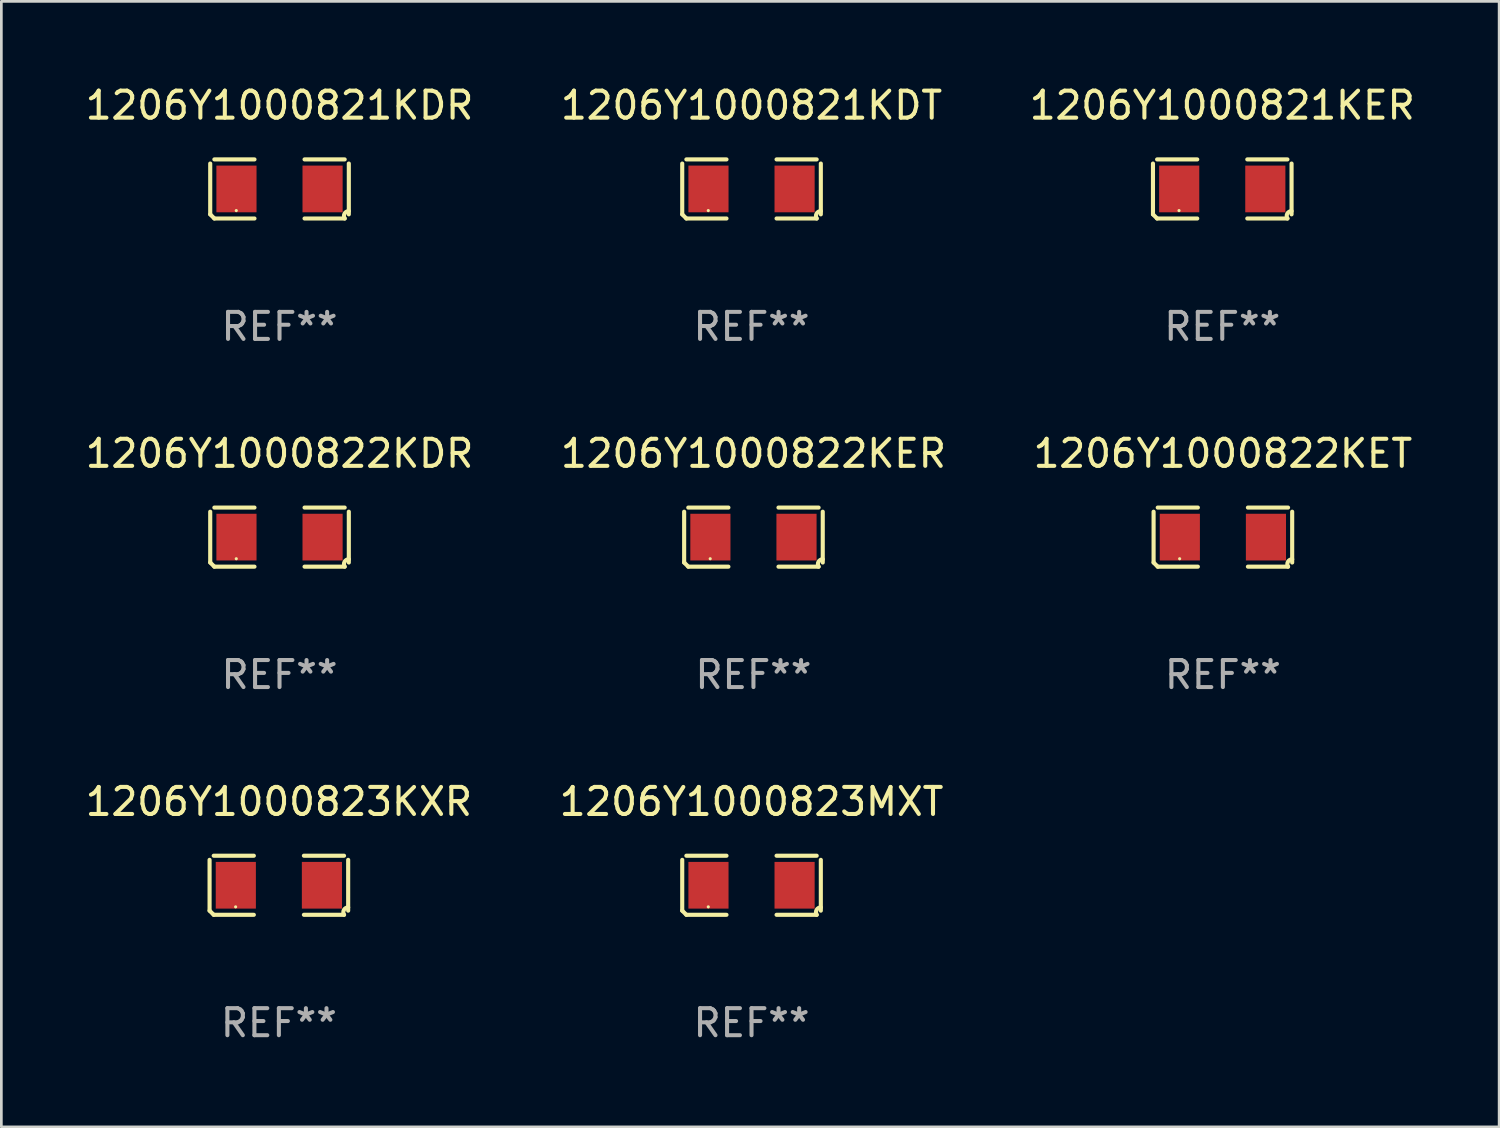
<source format=kicad_pcb>
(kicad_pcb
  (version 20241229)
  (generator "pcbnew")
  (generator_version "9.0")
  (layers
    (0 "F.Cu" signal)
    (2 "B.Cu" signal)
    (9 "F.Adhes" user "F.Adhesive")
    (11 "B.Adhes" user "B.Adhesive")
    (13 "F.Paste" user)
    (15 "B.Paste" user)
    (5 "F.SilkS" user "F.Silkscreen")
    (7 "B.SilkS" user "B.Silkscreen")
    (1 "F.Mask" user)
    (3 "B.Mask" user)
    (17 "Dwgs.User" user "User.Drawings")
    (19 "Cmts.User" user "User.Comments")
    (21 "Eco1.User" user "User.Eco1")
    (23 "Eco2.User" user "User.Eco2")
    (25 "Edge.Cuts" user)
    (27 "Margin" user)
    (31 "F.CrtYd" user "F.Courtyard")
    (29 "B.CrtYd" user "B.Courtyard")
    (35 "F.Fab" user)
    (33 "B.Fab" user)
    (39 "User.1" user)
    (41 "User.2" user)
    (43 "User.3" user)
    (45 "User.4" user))
  (footprint "1206Y1000822KER"
    (layer "F.Cu")
    (at 24.827 16.823)
    (property "Reference" "1206Y1000822KER" (at 0 -3.093 0) (layer "F.SilkS") (effects (font (size 1 1) (thickness 0.15))))
    (attr through_hole)
    (fp_line (start -2.564 0.94) (end -2.564 -0.94) (stroke (width 0.152) (type solid)) (layer "F.SilkS"))
    (fp_line (start -2.411 -1.093) (end -0.926 -1.093) (stroke (width 0.152) (type solid)) (layer "F.SilkS"))
    (fp_line (start -0.926 1.093) (end -2.411 1.093) (stroke (width 0.152) (type solid)) (layer "F.SilkS"))
    (fp_line (start 0.926 1.093) (end 2.411 1.093) (stroke (width 0.152) (type solid)) (layer "F.SilkS"))
    (fp_line (start 2.411 -1.093) (end 0.926 -1.093) (stroke (width 0.152) (type solid)) (layer "F.SilkS"))
    (fp_line (start 2.564 0.94) (end 2.564 -0.94) (stroke (width 0.152) (type solid)) (layer "F.SilkS"))
    (fp_arc (start -2.411201 1.092609) (mid -2.487413 1.01642) (end -2.563602 0.940208) (stroke (width 0.1524) (type solid)) (layer "F.SilkS"))
    (fp_arc (start 2.411201 1.092609) (mid 2.407159 0.911226) (end 2.563602 0.819347) (stroke (width 0.1524) (type solid)) (layer "F.SilkS"))
    (fp_circle (center -1.6 0.8) (end -1.57 0.8) (stroke (width 0.06) (type solid)) (fill no) (layer "F.SilkS"))
    (fp_text user "REF**" (at 0 5.093 0) (layer "F.Fab") (effects (font (size 1 1) (thickness 0.15))))
    (pad "1" smd rect (at -1.593 0) (size 1.485 1.728) (layers "F.Cu" "F.Mask" "F.Paste"))
    (pad "2" smd rect (at 1.593 0) (size 1.485 1.728) (layers "F.Cu" "F.Mask" "F.Paste")))
  (footprint "1206Y1000822KDR"
    (layer "F.Cu")
    (at 7.292 16.823)
    (property "Reference" "1206Y1000822KDR" (at 0 -3.093 0) (layer "F.SilkS") (effects (font (size 1 1) (thickness 0.15))))
    (attr through_hole)
    (fp_line (start -2.564 0.94) (end -2.564 -0.94) (stroke (width 0.152) (type solid)) (layer "F.SilkS"))
    (fp_line (start -2.411 -1.093) (end -0.926 -1.093) (stroke (width 0.152) (type solid)) (layer "F.SilkS"))
    (fp_line (start -0.926 1.093) (end -2.411 1.093) (stroke (width 0.152) (type solid)) (layer "F.SilkS"))
    (fp_line (start 0.926 1.093) (end 2.411 1.093) (stroke (width 0.152) (type solid)) (layer "F.SilkS"))
    (fp_line (start 2.411 -1.093) (end 0.926 -1.093) (stroke (width 0.152) (type solid)) (layer "F.SilkS"))
    (fp_line (start 2.564 0.94) (end 2.564 -0.94) (stroke (width 0.152) (type solid)) (layer "F.SilkS"))
    (fp_arc (start -2.411201 1.092609) (mid -2.487413 1.01642) (end -2.563602 0.940208) (stroke (width 0.1524) (type solid)) (layer "F.SilkS"))
    (fp_arc (start 2.411201 1.092609) (mid 2.407159 0.911226) (end 2.563602 0.819347) (stroke (width 0.1524) (type solid)) (layer "F.SilkS"))
    (fp_circle (center -1.6 0.8) (end -1.57 0.8) (stroke (width 0.06) (type solid)) (fill no) (layer "F.SilkS"))
    (fp_text user "REF**" (at 0 5.093 0) (layer "F.Fab") (effects (font (size 1 1) (thickness 0.15))))
    (pad "1" smd rect (at -1.593 0) (size 1.485 1.728) (layers "F.Cu" "F.Mask" "F.Paste"))
    (pad "2" smd rect (at 1.593 0) (size 1.485 1.728) (layers "F.Cu" "F.Mask" "F.Paste")))
  (footprint "1206Y1000821KER"
    (layer "F.Cu")
    (at 42.173 3.941)
    (property "Reference" "1206Y1000821KER" (at 0 -3.093 0) (layer "F.SilkS") (effects (font (size 1 1) (thickness 0.15))))
    (attr through_hole)
    (fp_line (start -2.564 0.94) (end -2.564 -0.94) (stroke (width 0.152) (type solid)) (layer "F.SilkS"))
    (fp_line (start -2.411 -1.093) (end -0.926 -1.093) (stroke (width 0.152) (type solid)) (layer "F.SilkS"))
    (fp_line (start -0.926 1.093) (end -2.411 1.093) (stroke (width 0.152) (type solid)) (layer "F.SilkS"))
    (fp_line (start 0.926 1.093) (end 2.411 1.093) (stroke (width 0.152) (type solid)) (layer "F.SilkS"))
    (fp_line (start 2.411 -1.093) (end 0.926 -1.093) (stroke (width 0.152) (type solid)) (layer "F.SilkS"))
    (fp_line (start 2.564 0.94) (end 2.564 -0.94) (stroke (width 0.152) (type solid)) (layer "F.SilkS"))
    (fp_arc (start -2.411201 1.092609) (mid -2.487413 1.01642) (end -2.563602 0.940208) (stroke (width 0.1524) (type solid)) (layer "F.SilkS"))
    (fp_arc (start 2.411201 1.092609) (mid 2.407159 0.911226) (end 2.563602 0.819347) (stroke (width 0.1524) (type solid)) (layer "F.SilkS"))
    (fp_circle (center -1.6 0.8) (end -1.57 0.8) (stroke (width 0.06) (type solid)) (fill no) (layer "F.SilkS"))
    (fp_text user "REF**" (at 0 5.093 0) (layer "F.Fab") (effects (font (size 1 1) (thickness 0.15))))
    (pad "1" smd rect (at -1.593 0) (size 1.485 1.728) (layers "F.Cu" "F.Mask" "F.Paste"))
    (pad "2" smd rect (at 1.593 0) (size 1.485 1.728) (layers "F.Cu" "F.Mask" "F.Paste")))
  (footprint "1206Y1000823KXR"
    (layer "F.Cu")
    (at 7.268 29.704)
    (property "Reference" "1206Y1000823KXR" (at 0 -3.093 0) (layer "F.SilkS") (effects (font (size 1 1) (thickness 0.15))))
    (attr through_hole)
    (fp_line (start -2.564 0.94) (end -2.564 -0.94) (stroke (width 0.152) (type solid)) (layer "F.SilkS"))
    (fp_line (start -2.411 -1.093) (end -0.926 -1.093) (stroke (width 0.152) (type solid)) (layer "F.SilkS"))
    (fp_line (start -0.926 1.093) (end -2.411 1.093) (stroke (width 0.152) (type solid)) (layer "F.SilkS"))
    (fp_line (start 0.926 1.093) (end 2.411 1.093) (stroke (width 0.152) (type solid)) (layer "F.SilkS"))
    (fp_line (start 2.411 -1.093) (end 0.926 -1.093) (stroke (width 0.152) (type solid)) (layer "F.SilkS"))
    (fp_line (start 2.564 0.94) (end 2.564 -0.94) (stroke (width 0.152) (type solid)) (layer "F.SilkS"))
    (fp_arc (start -2.411201 1.092609) (mid -2.487413 1.01642) (end -2.563602 0.940208) (stroke (width 0.1524) (type solid)) (layer "F.SilkS"))
    (fp_arc (start 2.411201 1.092609) (mid 2.407159 0.911226) (end 2.563602 0.819347) (stroke (width 0.1524) (type solid)) (layer "F.SilkS"))
    (fp_circle (center -1.6 0.8) (end -1.57 0.8) (stroke (width 0.06) (type solid)) (fill no) (layer "F.SilkS"))
    (fp_text user "REF**" (at 0 5.093 0) (layer "F.Fab") (effects (font (size 1 1) (thickness 0.15))))
    (pad "1" smd rect (at -1.593 0) (size 1.485 1.728) (layers "F.Cu" "F.Mask" "F.Paste"))
    (pad "2" smd rect (at 1.593 0) (size 1.485 1.728) (layers "F.Cu" "F.Mask" "F.Paste")))
  (footprint "1206Y1000823MXT"
    (layer "F.Cu")
    (at 24.756 29.704)
    (property "Reference" "1206Y1000823MXT" (at 0 -3.093 0) (layer "F.SilkS") (effects (font (size 1 1) (thickness 0.15))))
    (attr through_hole)
    (fp_line (start -2.564 0.94) (end -2.564 -0.94) (stroke (width 0.152) (type solid)) (layer "F.SilkS"))
    (fp_line (start -2.411 -1.093) (end -0.926 -1.093) (stroke (width 0.152) (type solid)) (layer "F.SilkS"))
    (fp_line (start -0.926 1.093) (end -2.411 1.093) (stroke (width 0.152) (type solid)) (layer "F.SilkS"))
    (fp_line (start 0.926 1.093) (end 2.411 1.093) (stroke (width 0.152) (type solid)) (layer "F.SilkS"))
    (fp_line (start 2.411 -1.093) (end 0.926 -1.093) (stroke (width 0.152) (type solid)) (layer "F.SilkS"))
    (fp_line (start 2.564 0.94) (end 2.564 -0.94) (stroke (width 0.152) (type solid)) (layer "F.SilkS"))
    (fp_arc (start -2.411201 1.092609) (mid -2.487413 1.01642) (end -2.563602 0.940208) (stroke (width 0.1524) (type solid)) (layer "F.SilkS"))
    (fp_arc (start 2.411201 1.092609) (mid 2.407159 0.911226) (end 2.563602 0.819347) (stroke (width 0.1524) (type solid)) (layer "F.SilkS"))
    (fp_circle (center -1.6 0.8) (end -1.57 0.8) (stroke (width 0.06) (type solid)) (fill no) (layer "F.SilkS"))
    (fp_text user "REF**" (at 0 5.093 0) (layer "F.Fab") (effects (font (size 1 1) (thickness 0.15))))
    (pad "1" smd rect (at -1.593 0) (size 1.485 1.728) (layers "F.Cu" "F.Mask" "F.Paste"))
    (pad "2" smd rect (at 1.593 0) (size 1.485 1.728) (layers "F.Cu" "F.Mask" "F.Paste")))
  (footprint "1206Y1000821KDR"
    (layer "F.Cu")
    (at 7.292 3.941)
    (property "Reference" "1206Y1000821KDR" (at 0 -3.093 0) (layer "F.SilkS") (effects (font (size 1 1) (thickness 0.15))))
    (attr through_hole)
    (fp_line (start -2.564 0.94) (end -2.564 -0.94) (stroke (width 0.152) (type solid)) (layer "F.SilkS"))
    (fp_line (start -2.411 -1.093) (end -0.926 -1.093) (stroke (width 0.152) (type solid)) (layer "F.SilkS"))
    (fp_line (start -0.926 1.093) (end -2.411 1.093) (stroke (width 0.152) (type solid)) (layer "F.SilkS"))
    (fp_line (start 0.926 1.093) (end 2.411 1.093) (stroke (width 0.152) (type solid)) (layer "F.SilkS"))
    (fp_line (start 2.411 -1.093) (end 0.926 -1.093) (stroke (width 0.152) (type solid)) (layer "F.SilkS"))
    (fp_line (start 2.564 0.94) (end 2.564 -0.94) (stroke (width 0.152) (type solid)) (layer "F.SilkS"))
    (fp_arc (start -2.411201 1.092609) (mid -2.487413 1.01642) (end -2.563602 0.940208) (stroke (width 0.1524) (type solid)) (layer "F.SilkS"))
    (fp_arc (start 2.411201 1.092609) (mid 2.407159 0.911226) (end 2.563602 0.819347) (stroke (width 0.1524) (type solid)) (layer "F.SilkS"))
    (fp_circle (center -1.6 0.8) (end -1.57 0.8) (stroke (width 0.06) (type solid)) (fill no) (layer "F.SilkS"))
    (fp_text user "REF**" (at 0 5.093 0) (layer "F.Fab") (effects (font (size 1 1) (thickness 0.15))))
    (pad "1" smd rect (at -1.593 0) (size 1.485 1.728) (layers "F.Cu" "F.Mask" "F.Paste"))
    (pad "2" smd rect (at 1.593 0) (size 1.485 1.728) (layers "F.Cu" "F.Mask" "F.Paste")))
  (footprint "1206Y1000821KDT"
    (layer "F.Cu")
    (at 24.756 3.941)
    (property "Reference" "1206Y1000821KDT" (at 0 -3.093 0) (layer "F.SilkS") (effects (font (size 1 1) (thickness 0.15))))
    (attr through_hole)
    (fp_line (start -2.564 0.94) (end -2.564 -0.94) (stroke (width 0.152) (type solid)) (layer "F.SilkS"))
    (fp_line (start -2.411 -1.093) (end -0.926 -1.093) (stroke (width 0.152) (type solid)) (layer "F.SilkS"))
    (fp_line (start -0.926 1.093) (end -2.411 1.093) (stroke (width 0.152) (type solid)) (layer "F.SilkS"))
    (fp_line (start 0.926 1.093) (end 2.411 1.093) (stroke (width 0.152) (type solid)) (layer "F.SilkS"))
    (fp_line (start 2.411 -1.093) (end 0.926 -1.093) (stroke (width 0.152) (type solid)) (layer "F.SilkS"))
    (fp_line (start 2.564 0.94) (end 2.564 -0.94) (stroke (width 0.152) (type solid)) (layer "F.SilkS"))
    (fp_arc (start -2.411201 1.092609) (mid -2.487413 1.01642) (end -2.563602 0.940208) (stroke (width 0.1524) (type solid)) (layer "F.SilkS"))
    (fp_arc (start 2.411201 1.092609) (mid 2.407159 0.911226) (end 2.563602 0.819347) (stroke (width 0.1524) (type solid)) (layer "F.SilkS"))
    (fp_circle (center -1.6 0.8) (end -1.57 0.8) (stroke (width 0.06) (type solid)) (fill no) (layer "F.SilkS"))
    (fp_text user "REF**" (at 0 5.093 0) (layer "F.Fab") (effects (font (size 1 1) (thickness 0.15))))
    (pad "1" smd rect (at -1.593 0) (size 1.485 1.728) (layers "F.Cu" "F.Mask" "F.Paste"))
    (pad "2" smd rect (at 1.593 0) (size 1.485 1.728) (layers "F.Cu" "F.Mask" "F.Paste")))
  (footprint "1206Y1000822KET"
    (layer "F.Cu")
    (at 42.196 16.823)
    (property "Reference" "1206Y1000822KET" (at 0 -3.093 0) (layer "F.SilkS") (effects (font (size 1 1) (thickness 0.15))))
    (attr through_hole)
    (fp_line (start -2.564 0.94) (end -2.564 -0.94) (stroke (width 0.152) (type solid)) (layer "F.SilkS"))
    (fp_line (start -2.411 -1.093) (end -0.926 -1.093) (stroke (width 0.152) (type solid)) (layer "F.SilkS"))
    (fp_line (start -0.926 1.093) (end -2.411 1.093) (stroke (width 0.152) (type solid)) (layer "F.SilkS"))
    (fp_line (start 0.926 1.093) (end 2.411 1.093) (stroke (width 0.152) (type solid)) (layer "F.SilkS"))
    (fp_line (start 2.411 -1.093) (end 0.926 -1.093) (stroke (width 0.152) (type solid)) (layer "F.SilkS"))
    (fp_line (start 2.564 0.94) (end 2.564 -0.94) (stroke (width 0.152) (type solid)) (layer "F.SilkS"))
    (fp_arc (start -2.411201 1.092609) (mid -2.487413 1.01642) (end -2.563602 0.940208) (stroke (width 0.1524) (type solid)) (layer "F.SilkS"))
    (fp_arc (start 2.411201 1.092609) (mid 2.407159 0.911226) (end 2.563602 0.819347) (stroke (width 0.1524) (type solid)) (layer "F.SilkS"))
    (fp_circle (center -1.6 0.8) (end -1.57 0.8) (stroke (width 0.06) (type solid)) (fill no) (layer "F.SilkS"))
    (fp_text user "REF**" (at 0 5.093 0) (layer "F.Fab") (effects (font (size 1 1) (thickness 0.15))))
    (pad "1" smd rect (at -1.593 0) (size 1.485 1.728) (layers "F.Cu" "F.Mask" "F.Paste"))
    (pad "2" smd rect (at 1.593 0) (size 1.485 1.728) (layers "F.Cu" "F.Mask" "F.Paste")))
  (gr_rect
    (start -3 -3)
    (end 52.417 38.645)
    (stroke (width 0.1) (type default))
    (fill no)
    (layer "Edge.Cuts")))
</source>
